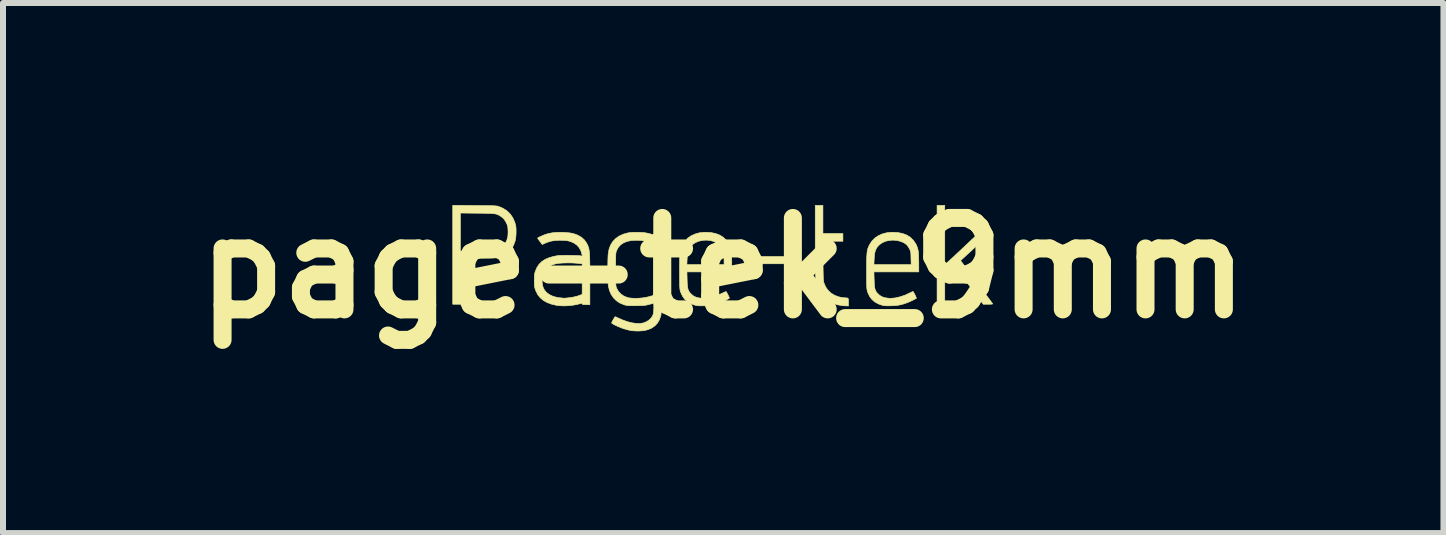
<source format=kicad_pcb>
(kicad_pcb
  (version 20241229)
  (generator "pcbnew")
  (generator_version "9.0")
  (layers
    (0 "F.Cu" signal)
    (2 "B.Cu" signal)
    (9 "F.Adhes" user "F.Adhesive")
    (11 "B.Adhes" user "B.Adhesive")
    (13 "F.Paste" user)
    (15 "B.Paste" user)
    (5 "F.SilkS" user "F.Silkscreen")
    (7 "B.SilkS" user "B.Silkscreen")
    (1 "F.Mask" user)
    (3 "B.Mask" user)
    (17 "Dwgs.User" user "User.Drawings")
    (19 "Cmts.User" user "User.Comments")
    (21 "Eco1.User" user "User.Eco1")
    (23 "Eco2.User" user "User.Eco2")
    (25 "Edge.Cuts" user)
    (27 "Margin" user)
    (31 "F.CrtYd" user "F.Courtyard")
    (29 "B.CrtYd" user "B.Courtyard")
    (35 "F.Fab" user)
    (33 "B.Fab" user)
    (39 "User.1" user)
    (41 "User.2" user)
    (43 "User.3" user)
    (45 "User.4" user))
  (footprint "page-tek_9mm"
    (layer "F.Cu")
    (at 9.006 1.418)
    (property "Reference" "page-tek_9mm" (at 0 0 0) (layer "F.SilkS") (effects (font (size 1.524 1.524) (thickness 0.3))))
    (attr through_hole)
    (fp_poly (pts (xy 1.236 -0.071) (xy 0.447 -0.071) (xy 0.447 -0.192) (xy 1.236 -0.192) (xy 1.236 -0.071)) (stroke (width 0.01) (type solid)) (fill yes) (layer "F.SilkS"))
    (fp_poly (pts (xy 3.693 -0.055) (xy 3.741 -0.098) (xy 3.768 -0.122) (xy 3.799 -0.151) (xy 3.836 -0.184) (xy 3.878 -0.224) (xy 3.927 -0.27) (xy 3.984 -0.323) (xy 4.05 -0.385) (xy 4.097 -0.43) (xy 4.137 -0.468) (xy 4.175 -0.503) (xy 4.208 -0.534) (xy 4.236 -0.56) (xy 4.257 -0.578) (xy 4.269 -0.589) (xy 4.272 -0.591) (xy 4.282 -0.593) (xy 4.304 -0.595) (xy 4.334 -0.595) (xy 4.369 -0.595) (xy 4.374 -0.595) (xy 4.466 -0.593) (xy 3.957 -0.124) (xy 3.973 -0.103) (xy 3.98 -0.093) (xy 3.995 -0.074) (xy 4.016 -0.045) (xy 4.044 -0.007) (xy 4.077 0.037) (xy 4.114 0.087) (xy 4.155 0.142) (xy 4.199 0.201) (xy 4.237 0.252) (xy 4.282 0.313) (xy 4.325 0.37) (xy 4.364 0.424) (xy 4.4 0.472) (xy 4.431 0.513) (xy 4.456 0.547) (xy 4.475 0.573) (xy 4.487 0.589) (xy 4.491 0.595) (xy 4.49 0.599) (xy 4.481 0.601) (xy 4.462 0.603) (xy 4.431 0.604) (xy 4.416 0.604) (xy 4.335 0.604) (xy 3.862 -0.028) (xy 3.693 0.123) (xy 3.693 0.604) (xy 3.565 0.604) (xy 3.565 -1.044) (xy 3.693 -1.044) (xy 3.693 -0.055)) (stroke (width 0.01) (type solid)) (fill yes) (layer "F.SilkS"))
    (fp_poly (pts (xy 1.662 -0.575) (xy 1.995 -0.575) (xy 1.995 -0.447) (xy 1.66 -0.447) (xy 1.664 -0.119) (xy 1.664 -0.041) (xy 1.665 0.023) (xy 1.666 0.076) (xy 1.667 0.12) (xy 1.668 0.154) (xy 1.669 0.181) (xy 1.671 0.202) (xy 1.673 0.219) (xy 1.675 0.232) (xy 1.678 0.244) (xy 1.681 0.253) (xy 1.709 0.317) (xy 1.748 0.372) (xy 1.797 0.418) (xy 1.856 0.454) (xy 1.924 0.48) (xy 1.952 0.486) (xy 1.983 0.492) (xy 2.013 0.496) (xy 2.034 0.497) (xy 2.059 0.498) (xy 2.074 0.501) (xy 2.083 0.509) (xy 2.087 0.526) (xy 2.088 0.553) (xy 2.088 0.569) (xy 2.088 0.632) (xy 2.047 0.631) (xy 2.02 0.63) (xy 1.996 0.628) (xy 1.985 0.627) (xy 1.896 0.611) (xy 1.817 0.584) (xy 1.746 0.548) (xy 1.686 0.503) (xy 1.636 0.448) (xy 1.599 0.391) (xy 1.588 0.37) (xy 1.579 0.35) (xy 1.571 0.329) (xy 1.564 0.308) (xy 1.558 0.285) (xy 1.552 0.258) (xy 1.548 0.228) (xy 1.544 0.193) (xy 1.541 0.151) (xy 1.539 0.103) (xy 1.537 0.047) (xy 1.536 -0.017) (xy 1.535 -0.091) (xy 1.534 -0.176) (xy 1.534 -0.273) (xy 1.534 -0.382) (xy 1.534 -0.474) (xy 1.534 -1.044) (xy 1.662 -1.044) (xy 1.662 -0.575)) (stroke (width 0.01) (type solid)) (fill yes) (layer "F.SilkS"))
    (fp_poly (pts (xy -4.145 -1.042) (xy -4.064 -1.041) (xy -3.995 -1.041) (xy -3.939 -1.04) (xy -3.892 -1.04) (xy -3.854 -1.039) (xy -3.825 -1.038) (xy -3.801 -1.036) (xy -3.783 -1.035) (xy -3.769 -1.033) (xy -3.757 -1.03) (xy -3.747 -1.027) (xy -3.737 -1.024) (xy -3.664 -0.992) (xy -3.602 -0.951) (xy -3.549 -0.899) (xy -3.508 -0.838) (xy -3.476 -0.767) (xy -3.461 -0.718) (xy -3.455 -0.68) (xy -3.453 -0.633) (xy -3.453 -0.582) (xy -3.456 -0.53) (xy -3.462 -0.483) (xy -3.469 -0.451) (xy -3.495 -0.379) (xy -3.531 -0.317) (xy -3.576 -0.266) (xy -3.632 -0.225) (xy -3.697 -0.194) (xy -3.75 -0.178) (xy -3.766 -0.174) (xy -3.782 -0.171) (xy -3.8 -0.169) (xy -3.821 -0.167) (xy -3.846 -0.166) (xy -3.878 -0.165) (xy -3.918 -0.164) (xy -3.968 -0.164) (xy -4.029 -0.163) (xy -4.096 -0.163) (xy -4.382 -0.163) (xy -4.382 0.604) (xy -4.509 0.604) (xy -4.509 -0.283) (xy -4.382 -0.283) (xy -4.103 -0.286) (xy -4.027 -0.287) (xy -3.965 -0.288) (xy -3.914 -0.289) (xy -3.873 -0.291) (xy -3.842 -0.293) (xy -3.818 -0.295) (xy -3.8 -0.297) (xy -3.789 -0.3) (xy -3.729 -0.324) (xy -3.679 -0.357) (xy -3.64 -0.401) (xy -3.611 -0.454) (xy -3.593 -0.512) (xy -3.589 -0.541) (xy -3.587 -0.579) (xy -3.587 -0.621) (xy -3.587 -0.625) (xy -3.589 -0.662) (xy -3.592 -0.688) (xy -3.597 -0.71) (xy -3.606 -0.732) (xy -3.612 -0.746) (xy -3.636 -0.79) (xy -3.662 -0.824) (xy -3.695 -0.852) (xy -3.711 -0.863) (xy -3.729 -0.875) (xy -3.746 -0.884) (xy -3.763 -0.892) (xy -3.781 -0.898) (xy -3.803 -0.903) (xy -3.83 -0.906) (xy -3.862 -0.909) (xy -3.903 -0.911) (xy -3.952 -0.912) (xy -4.013 -0.913) (xy -4.086 -0.914) (xy -4.103 -0.914) (xy -4.382 -0.917) (xy -4.382 -0.283) (xy -4.509 -0.283) (xy -4.509 -1.045) (xy -4.145 -1.042)) (stroke (width 0.01) (type solid)) (fill yes) (layer "F.SilkS"))
    (fp_poly (pts (xy -0.203 -0.591) (xy -0.126 -0.575) (xy -0.058 -0.549) (xy 0.001 -0.512) (xy 0.05 -0.465) (xy 0.09 -0.408) (xy 0.094 -0.4) (xy 0.109 -0.37) (xy 0.12 -0.34) (xy 0.129 -0.309) (xy 0.135 -0.274) (xy 0.139 -0.232) (xy 0.141 -0.182) (xy 0.142 -0.121) (xy 0.142 -0.093) (xy 0.142 0.064) (xy -0.605 0.064) (xy -0.602 0.194) (xy -0.6 0.249) (xy -0.597 0.294) (xy -0.592 0.328) (xy -0.586 0.356) (xy -0.577 0.379) (xy -0.564 0.399) (xy -0.548 0.42) (xy -0.545 0.422) (xy -0.507 0.458) (xy -0.461 0.483) (xy -0.407 0.498) (xy -0.343 0.505) (xy -0.327 0.505) (xy -0.253 0.499) (xy -0.174 0.481) (xy -0.09 0.453) (xy -0.007 0.415) (xy 0.017 0.404) (xy 0.035 0.395) (xy 0.045 0.391) (xy 0.045 0.391) (xy 0.051 0.396) (xy 0.061 0.412) (xy 0.072 0.433) (xy 0.084 0.456) (xy 0.094 0.478) (xy 0.101 0.495) (xy 0.102 0.504) (xy 0.102 0.504) (xy 0.091 0.511) (xy 0.071 0.522) (xy 0.044 0.536) (xy 0.015 0.55) (xy -0.014 0.563) (xy -0.039 0.574) (xy -0.043 0.575) (xy -0.105 0.597) (xy -0.163 0.613) (xy -0.222 0.623) (xy -0.288 0.628) (xy -0.316 0.629) (xy -0.369 0.63) (xy -0.409 0.629) (xy -0.441 0.626) (xy -0.462 0.622) (xy -0.532 0.598) (xy -0.591 0.565) (xy -0.64 0.523) (xy -0.678 0.471) (xy -0.707 0.409) (xy -0.715 0.387) (xy -0.718 0.375) (xy -0.72 0.362) (xy -0.723 0.346) (xy -0.724 0.326) (xy -0.726 0.3) (xy -0.726 0.267) (xy -0.727 0.226) (xy -0.727 0.174) (xy -0.728 0.111) (xy -0.728 0.057) (xy -0.728 -0.024) (xy -0.727 -0.057) (xy -0.606 -0.057) (xy 0.015 -0.057) (xy 0.013 -0.165) (xy 0.012 -0.207) (xy 0.011 -0.237) (xy 0.009 -0.259) (xy 0.005 -0.277) (xy 0.000365 -0.292) (xy -0.007 -0.309) (xy -0.014 -0.322) (xy -0.029 -0.349) (xy -0.047 -0.374) (xy -0.063 -0.392) (xy -0.106 -0.422) (xy -0.159 -0.444) (xy -0.218 -0.459) (xy -0.28 -0.465) (xy -0.336 -0.462) (xy -0.405 -0.448) (xy -0.464 -0.424) (xy -0.513 -0.39) (xy -0.547 -0.353) (xy -0.567 -0.323) (xy -0.581 -0.291) (xy -0.591 -0.252) (xy -0.598 -0.206) (xy -0.602 -0.149) (xy -0.606 -0.057) (xy -0.727 -0.057) (xy -0.727 -0.092) (xy -0.726 -0.149) (xy -0.724 -0.197) (xy -0.722 -0.236) (xy -0.718 -0.269) (xy -0.713 -0.297) (xy -0.707 -0.322) (xy -0.699 -0.344) (xy -0.689 -0.367) (xy -0.678 -0.39) (xy -0.678 -0.391) (xy -0.64 -0.449) (xy -0.591 -0.498) (xy -0.534 -0.538) (xy -0.467 -0.568) (xy -0.393 -0.588) (xy -0.311 -0.596) (xy -0.289 -0.596) (xy -0.203 -0.591)) (stroke (width 0.01) (type solid)) (fill yes) (layer "F.SilkS"))
    (fp_poly (pts (xy 2.914 -0.591) (xy 2.992 -0.575) (xy 3.06 -0.549) (xy 3.119 -0.512) (xy 3.168 -0.465) (xy 3.207 -0.408) (xy 3.212 -0.4) (xy 3.226 -0.37) (xy 3.237 -0.34) (xy 3.246 -0.309) (xy 3.252 -0.274) (xy 3.256 -0.232) (xy 3.258 -0.182) (xy 3.259 -0.121) (xy 3.26 -0.093) (xy 3.26 0.064) (xy 2.512 0.064) (xy 2.516 0.194) (xy 2.518 0.249) (xy 2.521 0.294) (xy 2.525 0.328) (xy 2.532 0.356) (xy 2.541 0.379) (xy 2.553 0.399) (xy 2.57 0.42) (xy 2.572 0.422) (xy 2.611 0.458) (xy 2.657 0.483) (xy 2.711 0.498) (xy 2.775 0.505) (xy 2.791 0.505) (xy 2.864 0.499) (xy 2.944 0.481) (xy 3.028 0.453) (xy 3.11 0.415) (xy 3.134 0.404) (xy 3.153 0.395) (xy 3.162 0.391) (xy 3.163 0.391) (xy 3.169 0.396) (xy 3.178 0.412) (xy 3.19 0.433) (xy 3.201 0.456) (xy 3.211 0.478) (xy 3.218 0.495) (xy 3.22 0.504) (xy 3.219 0.504) (xy 3.209 0.511) (xy 3.188 0.522) (xy 3.162 0.536) (xy 3.132 0.55) (xy 3.103 0.563) (xy 3.078 0.574) (xy 3.075 0.575) (xy 3.013 0.597) (xy 2.955 0.613) (xy 2.895 0.623) (xy 2.829 0.628) (xy 2.801 0.629) (xy 2.749 0.63) (xy 2.708 0.629) (xy 2.677 0.626) (xy 2.656 0.622) (xy 2.586 0.598) (xy 2.527 0.565) (xy 2.478 0.523) (xy 2.439 0.471) (xy 2.41 0.409) (xy 2.403 0.387) (xy 2.4 0.375) (xy 2.397 0.362) (xy 2.395 0.346) (xy 2.393 0.326) (xy 2.392 0.3) (xy 2.391 0.267) (xy 2.39 0.226) (xy 2.39 0.174) (xy 2.39 0.111) (xy 2.39 0.057) (xy 2.39 -0.024) (xy 2.39 -0.057) (xy 2.512 -0.057) (xy 3.133 -0.057) (xy 3.13 -0.165) (xy 3.129 -0.207) (xy 3.128 -0.237) (xy 3.126 -0.259) (xy 3.123 -0.277) (xy 3.118 -0.292) (xy 3.11 -0.309) (xy 3.104 -0.322) (xy 3.088 -0.349) (xy 3.07 -0.374) (xy 3.054 -0.392) (xy 3.011 -0.422) (xy 2.958 -0.444) (xy 2.899 -0.459) (xy 2.837 -0.465) (xy 2.782 -0.462) (xy 2.712 -0.448) (xy 2.654 -0.424) (xy 2.605 -0.39) (xy 2.57 -0.353) (xy 2.551 -0.323) (xy 2.537 -0.291) (xy 2.526 -0.252) (xy 2.52 -0.206) (xy 2.516 -0.149) (xy 2.512 -0.057) (xy 2.39 -0.057) (xy 2.39 -0.092) (xy 2.391 -0.149) (xy 2.393 -0.197) (xy 2.396 -0.236) (xy 2.399 -0.269) (xy 2.404 -0.297) (xy 2.41 -0.322) (xy 2.418 -0.344) (xy 2.428 -0.367) (xy 2.44 -0.39) (xy 2.44 -0.391) (xy 2.478 -0.449) (xy 2.526 -0.498) (xy 2.584 -0.538) (xy 2.65 -0.568) (xy 2.725 -0.588) (xy 2.807 -0.596) (xy 2.828 -0.596) (xy 2.914 -0.591)) (stroke (width 0.01) (type solid)) (fill yes) (layer "F.SilkS"))
    (fp_poly (pts (xy -2.679 -0.595) (xy -2.614 -0.591) (xy -2.561 -0.586) (xy -2.515 -0.578) (xy -2.473 -0.566) (xy -2.431 -0.55) (xy -2.416 -0.543) (xy -2.36 -0.51) (xy -2.313 -0.467) (xy -2.277 -0.415) (xy -2.266 -0.394) (xy -2.258 -0.375) (xy -2.25 -0.357) (xy -2.244 -0.338) (xy -2.239 -0.318) (xy -2.235 -0.295) (xy -2.231 -0.268) (xy -2.228 -0.236) (xy -2.226 -0.198) (xy -2.225 -0.152) (xy -2.224 -0.098) (xy -2.223 -0.033) (xy -2.223 0.042) (xy -2.223 0.13) (xy -2.223 0.189) (xy -2.223 0.611) (xy -2.287 0.611) (xy -2.317 0.61) (xy -2.336 0.609) (xy -2.346 0.607) (xy -2.35 0.602) (xy -2.351 0.597) (xy -2.351 0.589) (xy -2.357 0.587) (xy -2.37 0.59) (xy -2.384 0.594) (xy -2.449 0.61) (xy -2.521 0.622) (xy -2.596 0.629) (xy -2.67 0.631) (xy -2.738 0.627) (xy -2.778 0.622) (xy -2.863 0.602) (xy -2.936 0.575) (xy -2.998 0.54) (xy -3.049 0.497) (xy -3.091 0.446) (xy -3.122 0.385) (xy -3.132 0.359) (xy -3.139 0.337) (xy -3.144 0.316) (xy -3.147 0.294) (xy -3.149 0.266) (xy -3.149 0.23) (xy -3.149 0.206) (xy -3.149 0.205) (xy -3.02 0.205) (xy -3.017 0.253) (xy -3.01 0.297) (xy -3.003 0.32) (xy -2.979 0.369) (xy -2.942 0.411) (xy -2.894 0.445) (xy -2.836 0.472) (xy -2.768 0.49) (xy -2.717 0.497) (xy -2.69 0.499) (xy -2.669 0.502) (xy -2.657 0.503) (xy -2.656 0.503) (xy -2.648 0.503) (xy -2.629 0.501) (xy -2.602 0.499) (xy -2.583 0.497) (xy -2.5 0.485) (xy -2.428 0.467) (xy -2.388 0.453) (xy -2.351 0.439) (xy -2.351 -0.07) (xy -2.384 -0.074) (xy -2.439 -0.08) (xy -2.5 -0.084) (xy -2.563 -0.086) (xy -2.626 -0.085) (xy -2.686 -0.083) (xy -2.739 -0.079) (xy -2.782 -0.073) (xy -2.793 -0.071) (xy -2.858 -0.05) (xy -2.913 -0.019) (xy -2.957 0.02) (xy -2.99 0.067) (xy -3.011 0.122) (xy -3.018 0.16) (xy -3.02 0.205) (xy -3.149 0.205) (xy -3.149 0.163) (xy -3.148 0.131) (xy -3.145 0.105) (xy -3.141 0.084) (xy -3.135 0.063) (xy -3.132 0.053) (xy -3.105 -0.009) (xy -3.07 -0.062) (xy -3.025 -0.107) (xy -2.97 -0.143) (xy -2.904 -0.172) (xy -2.826 -0.194) (xy -2.756 -0.207) (xy -2.732 -0.209) (xy -2.698 -0.21) (xy -2.657 -0.211) (xy -2.611 -0.212) (xy -2.562 -0.211) (xy -2.513 -0.21) (xy -2.467 -0.209) (xy -2.427 -0.208) (xy -2.394 -0.205) (xy -2.372 -0.203) (xy -2.366 -0.202) (xy -2.355 -0.199) (xy -2.351 -0.203) (xy -2.352 -0.217) (xy -2.354 -0.224) (xy -2.372 -0.286) (xy -2.401 -0.339) (xy -2.441 -0.384) (xy -2.492 -0.419) (xy -2.552 -0.444) (xy -2.592 -0.454) (xy -2.618 -0.458) (xy -2.653 -0.461) (xy -2.693 -0.462) (xy -2.727 -0.463) (xy -2.803 -0.459) (xy -2.87 -0.448) (xy -2.933 -0.429) (xy -2.973 -0.412) (xy -3.017 -0.392) (xy -3.057 -0.445) (xy -3.074 -0.468) (xy -3.087 -0.487) (xy -3.094 -0.498) (xy -3.095 -0.5) (xy -3.088 -0.504) (xy -3.072 -0.513) (xy -3.056 -0.521) (xy -2.988 -0.551) (xy -2.921 -0.573) (xy -2.851 -0.587) (xy -2.775 -0.594) (xy -2.69 -0.595) (xy -2.679 -0.595)) (stroke (width 0.01) (type solid)) (fill yes) (layer "F.SilkS"))
    (fp_poly (pts (xy -1.403 -0.595) (xy -1.357 -0.593) (xy -1.319 -0.59) (xy -1.286 -0.585) (xy -1.252 -0.578) (xy -1.212 -0.568) (xy -1.173 -0.557) (xy -1.161 -0.556) (xy -1.158 -0.564) (xy -1.156 -0.569) (xy -1.148 -0.573) (xy -1.132 -0.575) (xy -1.105 -0.575) (xy -1.094 -0.575) (xy -1.03 -0.575) (xy -1.03 0.09) (xy -1.03 0.203) (xy -1.03 0.304) (xy -1.03 0.392) (xy -1.03 0.469) (xy -1.03 0.535) (xy -1.031 0.591) (xy -1.031 0.638) (xy -1.032 0.678) (xy -1.033 0.71) (xy -1.034 0.735) (xy -1.035 0.756) (xy -1.037 0.772) (xy -1.038 0.784) (xy -1.04 0.794) (xy -1.041 0.797) (xy -1.064 0.863) (xy -1.098 0.92) (xy -1.142 0.966) (xy -1.196 1.003) (xy -1.259 1.029) (xy -1.331 1.045) (xy -1.412 1.05) (xy -1.42 1.05) (xy -1.455 1.049) (xy -1.49 1.047) (xy -1.519 1.045) (xy -1.53 1.044) (xy -1.603 1.028) (xy -1.682 1.004) (xy -1.761 0.972) (xy -1.813 0.947) (xy -1.835 0.934) (xy -1.852 0.923) (xy -1.86 0.916) (xy -1.861 0.915) (xy -1.857 0.906) (xy -1.849 0.888) (xy -1.837 0.866) (xy -1.824 0.844) (xy -1.813 0.825) (xy -1.805 0.814) (xy -1.803 0.813) (xy -1.794 0.814) (xy -1.777 0.82) (xy -1.755 0.831) (xy -1.676 0.866) (xy -1.598 0.894) (xy -1.524 0.913) (xy -1.454 0.923) (xy -1.391 0.925) (xy -1.336 0.916) (xy -1.326 0.914) (xy -1.274 0.892) (xy -1.229 0.861) (xy -1.194 0.824) (xy -1.171 0.782) (xy -1.169 0.775) (xy -1.165 0.758) (xy -1.161 0.732) (xy -1.159 0.702) (xy -1.157 0.67) (xy -1.157 0.64) (xy -1.158 0.614) (xy -1.16 0.596) (xy -1.163 0.589) (xy -1.163 0.589) (xy -1.172 0.591) (xy -1.191 0.596) (xy -1.218 0.602) (xy -1.239 0.608) (xy -1.265 0.614) (xy -1.288 0.619) (xy -1.311 0.623) (xy -1.336 0.625) (xy -1.368 0.626) (xy -1.408 0.627) (xy -1.456 0.628) (xy -1.506 0.628) (xy -1.545 0.627) (xy -1.574 0.627) (xy -1.597 0.625) (xy -1.616 0.622) (xy -1.634 0.618) (xy -1.653 0.612) (xy -1.654 0.612) (xy -1.722 0.584) (xy -1.781 0.545) (xy -1.83 0.496) (xy -1.869 0.438) (xy -1.898 0.371) (xy -1.915 0.296) (xy -1.917 0.276) (xy -1.92 0.243) (xy -1.921 0.199) (xy -1.923 0.145) (xy -1.924 0.087) (xy -1.924 0.025) (xy -1.924 -0.019) (xy -1.793 -0.019) (xy -1.793 0.021) (xy -1.793 0.091) (xy -1.793 0.148) (xy -1.792 0.194) (xy -1.792 0.23) (xy -1.791 0.258) (xy -1.79 0.279) (xy -1.788 0.296) (xy -1.786 0.308) (xy -1.783 0.319) (xy -1.779 0.329) (xy -1.777 0.335) (xy -1.749 0.386) (xy -1.709 0.43) (xy -1.66 0.465) (xy -1.604 0.489) (xy -1.562 0.499) (xy -1.509 0.504) (xy -1.449 0.505) (xy -1.385 0.502) (xy -1.321 0.495) (xy -1.314 0.493) (xy -1.278 0.487) (xy -1.24 0.478) (xy -1.208 0.469) (xy -1.205 0.469) (xy -1.158 0.454) (xy -1.158 -0.403) (xy -1.206 -0.421) (xy -1.288 -0.446) (xy -1.373 -0.46) (xy -1.449 -0.463) (xy -1.529 -0.459) (xy -1.599 -0.445) (xy -1.659 -0.421) (xy -1.709 -0.388) (xy -1.748 -0.346) (xy -1.776 -0.294) (xy -1.777 -0.293) (xy -1.781 -0.282) (xy -1.784 -0.272) (xy -1.787 -0.26) (xy -1.789 -0.246) (xy -1.791 -0.228) (xy -1.792 -0.204) (xy -1.792 -0.172) (xy -1.793 -0.132) (xy -1.793 -0.082) (xy -1.793 -0.019) (xy -1.924 -0.019) (xy -1.924 -0.038) (xy -1.923 -0.097) (xy -1.922 -0.152) (xy -1.92 -0.198) (xy -1.918 -0.233) (xy -1.917 -0.236) (xy -1.904 -0.312) (xy -1.879 -0.38) (xy -1.843 -0.439) (xy -1.795 -0.49) (xy -1.738 -0.531) (xy -1.67 -0.563) (xy -1.592 -0.585) (xy -1.562 -0.59) (xy -1.528 -0.593) (xy -1.483 -0.595) (xy -1.432 -0.595) (xy -1.403 -0.595)) (stroke (width 0.01) (type solid)) (fill yes) (layer "F.SilkS")))
  (gr_rect
    (start -3 -3)
    (end 21.012 5.836)
    (stroke (width 0.1) (type default))
    (fill no)
    (layer "Edge.Cuts")))
</source>
